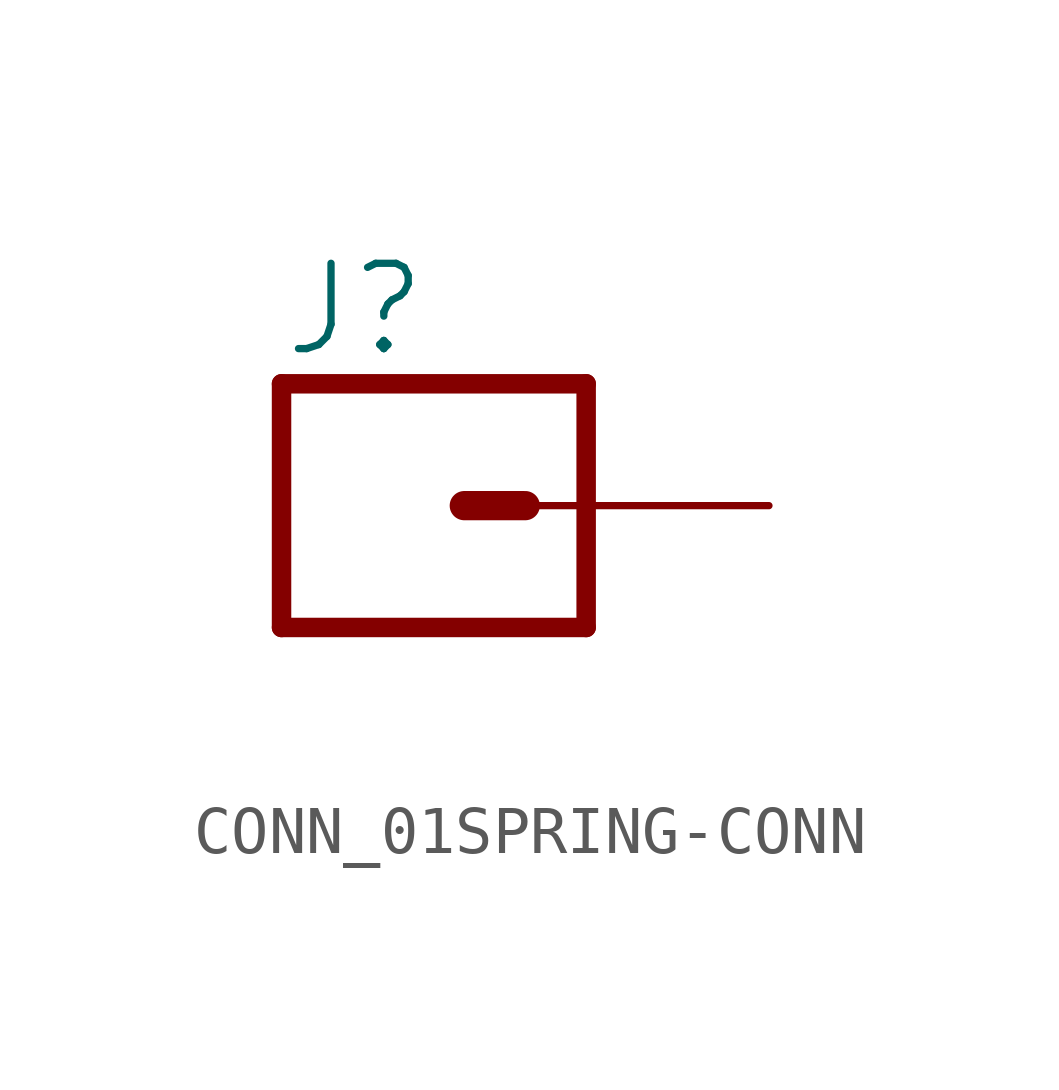
<source format=kicad_sym>
(kicad_symbol_lib
  (version 20220914)
  (generator kicad_symbol_editor)
  (symbol "CONN_01SPRING-CONN"
    (property "Reference" "J"
      (at -2.54 3.048 0)
      (effects (font (size 1.778 1.778)) (justify left bottom)))
    (property "Value" ""
      (at -2.54 -4.826 0)
      (effects (font (size 1.778 1.778)) (justify left bottom)))
    (property "ki_locked" ""
      (at 0 0 0)
      (effects (font (size 1.27 1.27))))
    (symbol "CONN_01SPRING-CONN_1_0"
      (polyline (pts (xy -2.54 2.54) (xy -2.54 -2.54)) (stroke (width 0.406) (type solid)) (fill (type none)))
      (polyline (pts (xy -2.54 2.54) (xy 3.81 2.54)) (stroke (width 0.406) (type solid)) (fill (type none)))
      (polyline (pts (xy 1.27 0) (xy 2.54 0)) (stroke (width 0.61) (type solid)) (fill (type none)))
      (polyline (pts (xy 3.81 -2.54) (xy -2.54 -2.54)) (stroke (width 0.406) (type solid)) (fill (type none)))
      (polyline (pts (xy 3.81 -2.54) (xy 3.81 2.54)) (stroke (width 0.406) (type solid)) (fill (type none)))
      (pin passive line (at 7.62 0 180) (length 5.08) (name "1" (effects (font (size 0 0)))) (number "P$2" (effects (font (size 0 0))))))))
</source>
